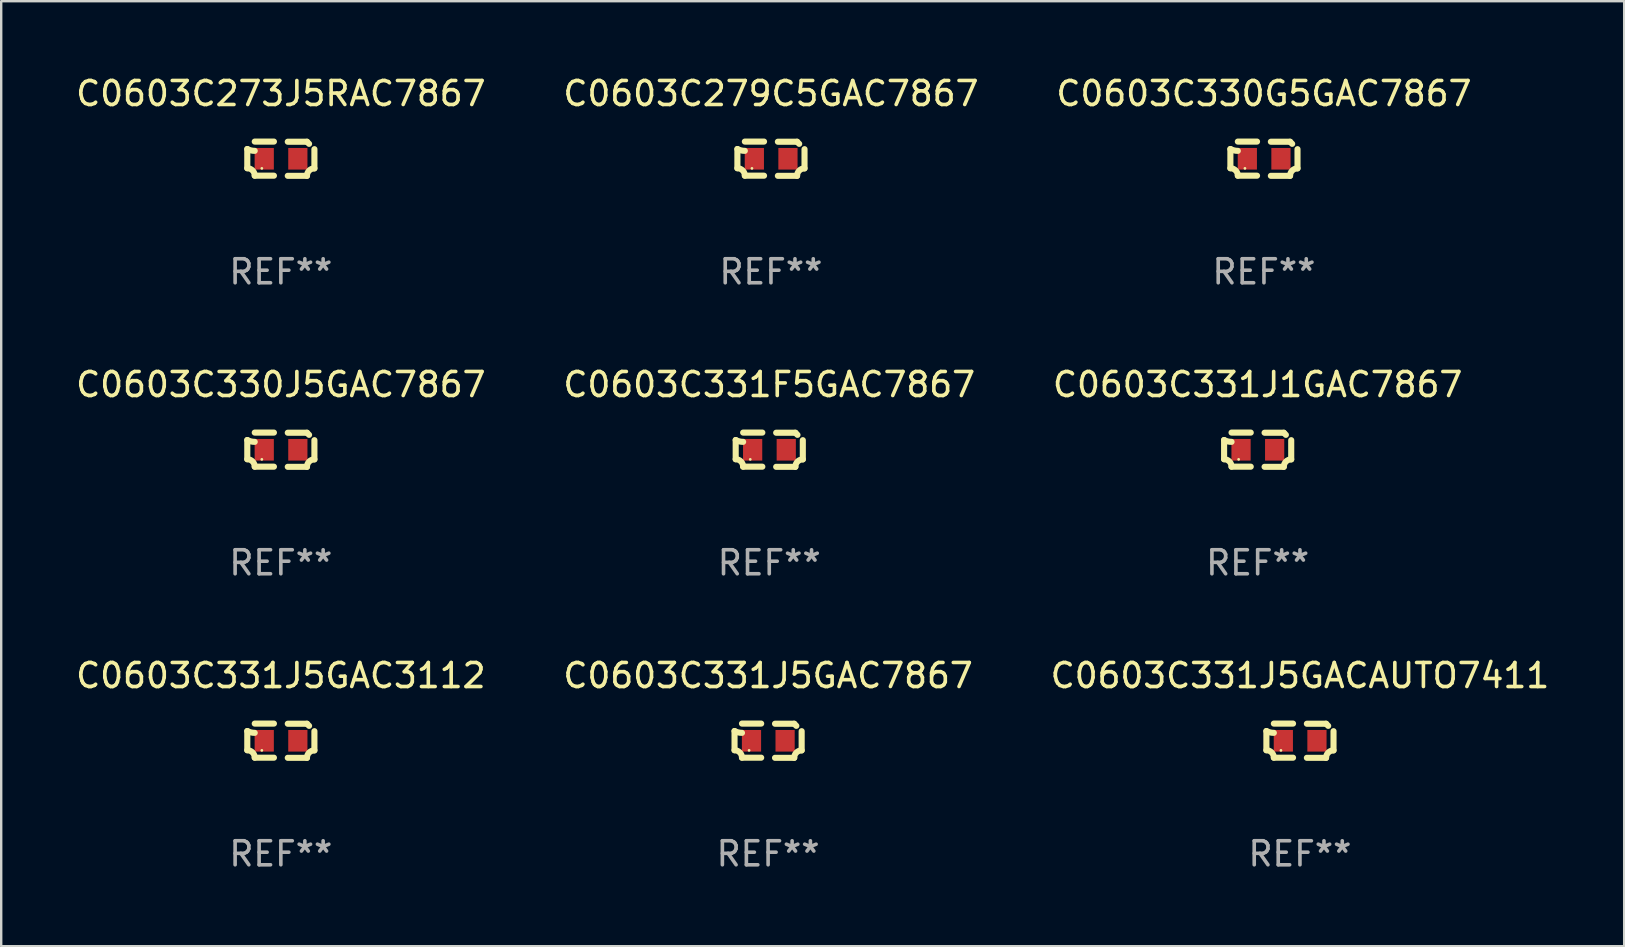
<source format=kicad_pcb>
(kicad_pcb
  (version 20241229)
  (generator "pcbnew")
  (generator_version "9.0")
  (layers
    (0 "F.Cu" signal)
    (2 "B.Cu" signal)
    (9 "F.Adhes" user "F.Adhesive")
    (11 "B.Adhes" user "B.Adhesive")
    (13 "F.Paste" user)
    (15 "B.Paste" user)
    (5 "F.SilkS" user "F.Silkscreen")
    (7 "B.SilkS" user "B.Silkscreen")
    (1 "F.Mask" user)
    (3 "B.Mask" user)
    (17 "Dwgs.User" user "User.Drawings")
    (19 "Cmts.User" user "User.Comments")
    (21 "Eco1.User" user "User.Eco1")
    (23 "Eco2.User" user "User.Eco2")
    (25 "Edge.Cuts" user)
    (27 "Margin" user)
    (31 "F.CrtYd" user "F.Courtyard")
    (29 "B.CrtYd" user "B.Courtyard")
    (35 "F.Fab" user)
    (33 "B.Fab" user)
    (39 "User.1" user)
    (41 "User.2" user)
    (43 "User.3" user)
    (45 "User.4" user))
  (footprint "C0603C273J5RAC7867"
    (layer "F.Cu")
    (at 8.649 3.561)
    (property "Reference" "C0603C273J5RAC7867" (at 0 -2.713 0) (layer "F.SilkS") (effects (font (size 1 1) (thickness 0.15))))
    (attr through_hole)
    (fp_line (start -1.398 -0.403) (end -1.398 0.397) (stroke (width 0.254) (type solid)) (layer "F.SilkS"))
    (fp_line (start -0.288 -0.713) (end -1.088 -0.713) (stroke (width 0.254) (type solid)) (layer "F.SilkS"))
    (fp_line (start -0.288 0.707) (end -1.088 0.707) (stroke (width 0.254) (type solid)) (layer "F.SilkS"))
    (fp_line (start 0.288 -0.707) (end 1.088 -0.707) (stroke (width 0.254) (type solid)) (layer "F.SilkS"))
    (fp_line (start 0.288 0.713) (end 1.088 0.713) (stroke (width 0.254) (type solid)) (layer "F.SilkS"))
    (fp_line (start 1.398 -0.397) (end 1.398 0.403) (stroke (width 0.254) (type solid)) (layer "F.SilkS"))
    (fp_arc (start -1.397789 0.397066) (mid -1.178701 0.487826) (end -1.08796 0.706922) (stroke (width 0.254001) (type solid)) (layer "F.SilkS"))
    (fp_arc (start -1.08796 -0.327176) (mid -1.247436 -0.346384) (end -1.39779 -0.402908) (stroke (width 0.254001) (type solid)) (layer "F.SilkS"))
    (fp_arc (start 1.087909 0.712738) (mid 1.178656 0.493655) (end 1.397739 0.402908) (stroke (width 0.254001) (type solid)) (layer "F.SilkS"))
    (fp_arc (start 1.175925 -0.618926) (mid 1.131917 -0.662923) (end 1.08791 -0.706922) (stroke (width 0.254001) (type solid)) (layer "F.SilkS"))
    (fp_circle (center -0.792 0.403) (end -0.762 0.403) (stroke (width 0.06) (type solid)) (fill no) (layer "F.SilkS"))
    (fp_text user "REF**" (at 0 4.713 0) (layer "F.Fab") (effects (font (size 1 1) (thickness 0.15))))
    (pad "1" smd rect (at -0.692 0.003) (size 0.8 0.9) (layers "F.Cu" "F.Mask" "F.Paste"))
    (pad "2" smd rect (at 0.708 0.003) (size 0.8 0.9) (layers "F.Cu" "F.Mask" "F.Paste")))
  (footprint "C0603C331F5GAC7867"
    (layer "F.Cu")
    (at 28.994 15.683)
    (property "Reference" "C0603C331F5GAC7867" (at 0 -2.713 0) (layer "F.SilkS") (effects (font (size 1 1) (thickness 0.15))))
    (attr through_hole)
    (fp_line (start -1.398 -0.403) (end -1.398 0.397) (stroke (width 0.254) (type solid)) (layer "F.SilkS"))
    (fp_line (start -0.288 -0.713) (end -1.088 -0.713) (stroke (width 0.254) (type solid)) (layer "F.SilkS"))
    (fp_line (start -0.288 0.707) (end -1.088 0.707) (stroke (width 0.254) (type solid)) (layer "F.SilkS"))
    (fp_line (start 0.288 -0.707) (end 1.088 -0.707) (stroke (width 0.254) (type solid)) (layer "F.SilkS"))
    (fp_line (start 0.288 0.713) (end 1.088 0.713) (stroke (width 0.254) (type solid)) (layer "F.SilkS"))
    (fp_line (start 1.398 -0.397) (end 1.398 0.403) (stroke (width 0.254) (type solid)) (layer "F.SilkS"))
    (fp_arc (start -1.397789 0.397066) (mid -1.178701 0.487826) (end -1.08796 0.706922) (stroke (width 0.254001) (type solid)) (layer "F.SilkS"))
    (fp_arc (start -1.08796 -0.327176) (mid -1.247436 -0.346384) (end -1.39779 -0.402908) (stroke (width 0.254001) (type solid)) (layer "F.SilkS"))
    (fp_arc (start 1.087909 0.712738) (mid 1.178656 0.493655) (end 1.397739 0.402908) (stroke (width 0.254001) (type solid)) (layer "F.SilkS"))
    (fp_arc (start 1.175925 -0.618926) (mid 1.131917 -0.662923) (end 1.08791 -0.706922) (stroke (width 0.254001) (type solid)) (layer "F.SilkS"))
    (fp_circle (center -0.792 0.403) (end -0.762 0.403) (stroke (width 0.06) (type solid)) (fill no) (layer "F.SilkS"))
    (fp_text user "REF**" (at 0 4.713 0) (layer "F.Fab") (effects (font (size 1 1) (thickness 0.15))))
    (pad "1" smd rect (at -0.692 0.003) (size 0.8 0.9) (layers "F.Cu" "F.Mask" "F.Paste"))
    (pad "2" smd rect (at 0.708 0.003) (size 0.8 0.9) (layers "F.Cu" "F.Mask" "F.Paste")))
  (footprint "C0603C330J5GAC7867"
    (layer "F.Cu")
    (at 8.649 15.683)
    (property "Reference" "C0603C330J5GAC7867" (at 0 -2.713 0) (layer "F.SilkS") (effects (font (size 1 1) (thickness 0.15))))
    (attr through_hole)
    (fp_line (start -1.398 -0.403) (end -1.398 0.397) (stroke (width 0.254) (type solid)) (layer "F.SilkS"))
    (fp_line (start -0.288 -0.713) (end -1.088 -0.713) (stroke (width 0.254) (type solid)) (layer "F.SilkS"))
    (fp_line (start -0.288 0.707) (end -1.088 0.707) (stroke (width 0.254) (type solid)) (layer "F.SilkS"))
    (fp_line (start 0.288 -0.707) (end 1.088 -0.707) (stroke (width 0.254) (type solid)) (layer "F.SilkS"))
    (fp_line (start 0.288 0.713) (end 1.088 0.713) (stroke (width 0.254) (type solid)) (layer "F.SilkS"))
    (fp_line (start 1.398 -0.397) (end 1.398 0.403) (stroke (width 0.254) (type solid)) (layer "F.SilkS"))
    (fp_arc (start -1.397789 0.397066) (mid -1.178701 0.487826) (end -1.08796 0.706922) (stroke (width 0.254001) (type solid)) (layer "F.SilkS"))
    (fp_arc (start -1.08796 -0.327176) (mid -1.247436 -0.346384) (end -1.39779 -0.402908) (stroke (width 0.254001) (type solid)) (layer "F.SilkS"))
    (fp_arc (start 1.087909 0.712738) (mid 1.178656 0.493655) (end 1.397739 0.402908) (stroke (width 0.254001) (type solid)) (layer "F.SilkS"))
    (fp_arc (start 1.175925 -0.618926) (mid 1.131917 -0.662923) (end 1.08791 -0.706922) (stroke (width 0.254001) (type solid)) (layer "F.SilkS"))
    (fp_circle (center -0.792 0.403) (end -0.762 0.403) (stroke (width 0.06) (type solid)) (fill no) (layer "F.SilkS"))
    (fp_text user "REF**" (at 0 4.713 0) (layer "F.Fab") (effects (font (size 1 1) (thickness 0.15))))
    (pad "1" smd rect (at -0.692 0.003) (size 0.8 0.9) (layers "F.Cu" "F.Mask" "F.Paste"))
    (pad "2" smd rect (at 0.708 0.003) (size 0.8 0.9) (layers "F.Cu" "F.Mask" "F.Paste")))
  (footprint "C0603C331J5GAC7867"
    (layer "F.Cu")
    (at 28.946 27.805)
    (property "Reference" "C0603C331J5GAC7867" (at 0 -2.713 0) (layer "F.SilkS") (effects (font (size 1 1) (thickness 0.15))))
    (attr through_hole)
    (fp_line (start -1.398 -0.403) (end -1.398 0.397) (stroke (width 0.254) (type solid)) (layer "F.SilkS"))
    (fp_line (start -0.288 -0.713) (end -1.088 -0.713) (stroke (width 0.254) (type solid)) (layer "F.SilkS"))
    (fp_line (start -0.288 0.707) (end -1.088 0.707) (stroke (width 0.254) (type solid)) (layer "F.SilkS"))
    (fp_line (start 0.288 -0.707) (end 1.088 -0.707) (stroke (width 0.254) (type solid)) (layer "F.SilkS"))
    (fp_line (start 0.288 0.713) (end 1.088 0.713) (stroke (width 0.254) (type solid)) (layer "F.SilkS"))
    (fp_line (start 1.398 -0.397) (end 1.398 0.403) (stroke (width 0.254) (type solid)) (layer "F.SilkS"))
    (fp_arc (start -1.397789 0.397066) (mid -1.178701 0.487826) (end -1.08796 0.706922) (stroke (width 0.254001) (type solid)) (layer "F.SilkS"))
    (fp_arc (start -1.08796 -0.327176) (mid -1.247436 -0.346384) (end -1.39779 -0.402908) (stroke (width 0.254001) (type solid)) (layer "F.SilkS"))
    (fp_arc (start 1.087909 0.712738) (mid 1.178656 0.493655) (end 1.397739 0.402908) (stroke (width 0.254001) (type solid)) (layer "F.SilkS"))
    (fp_arc (start 1.175925 -0.618926) (mid 1.131917 -0.662923) (end 1.08791 -0.706922) (stroke (width 0.254001) (type solid)) (layer "F.SilkS"))
    (fp_circle (center -0.792 0.403) (end -0.762 0.403) (stroke (width 0.06) (type solid)) (fill no) (layer "F.SilkS"))
    (fp_text user "REF**" (at 0 4.713 0) (layer "F.Fab") (effects (font (size 1 1) (thickness 0.15))))
    (pad "1" smd rect (at -0.692 0.003) (size 0.8 0.9) (layers "F.Cu" "F.Mask" "F.Paste"))
    (pad "2" smd rect (at 0.708 0.003) (size 0.8 0.9) (layers "F.Cu" "F.Mask" "F.Paste")))
  (footprint "C0603C331J5GAC3112"
    (layer "F.Cu")
    (at 8.649 27.805)
    (property "Reference" "C0603C331J5GAC3112" (at 0 -2.713 0) (layer "F.SilkS") (effects (font (size 1 1) (thickness 0.15))))
    (attr through_hole)
    (fp_line (start -1.398 -0.403) (end -1.398 0.397) (stroke (width 0.254) (type solid)) (layer "F.SilkS"))
    (fp_line (start -0.288 -0.713) (end -1.088 -0.713) (stroke (width 0.254) (type solid)) (layer "F.SilkS"))
    (fp_line (start -0.288 0.707) (end -1.088 0.707) (stroke (width 0.254) (type solid)) (layer "F.SilkS"))
    (fp_line (start 0.288 -0.707) (end 1.088 -0.707) (stroke (width 0.254) (type solid)) (layer "F.SilkS"))
    (fp_line (start 0.288 0.713) (end 1.088 0.713) (stroke (width 0.254) (type solid)) (layer "F.SilkS"))
    (fp_line (start 1.398 -0.397) (end 1.398 0.403) (stroke (width 0.254) (type solid)) (layer "F.SilkS"))
    (fp_arc (start -1.397789 0.397066) (mid -1.178701 0.487826) (end -1.08796 0.706922) (stroke (width 0.254001) (type solid)) (layer "F.SilkS"))
    (fp_arc (start -1.08796 -0.327176) (mid -1.247436 -0.346384) (end -1.39779 -0.402908) (stroke (width 0.254001) (type solid)) (layer "F.SilkS"))
    (fp_arc (start 1.087909 0.712738) (mid 1.178656 0.493655) (end 1.397739 0.402908) (stroke (width 0.254001) (type solid)) (layer "F.SilkS"))
    (fp_arc (start 1.175925 -0.618926) (mid 1.131917 -0.662923) (end 1.08791 -0.706922) (stroke (width 0.254001) (type solid)) (layer "F.SilkS"))
    (fp_circle (center -0.792 0.403) (end -0.762 0.403) (stroke (width 0.06) (type solid)) (fill no) (layer "F.SilkS"))
    (fp_text user "REF**" (at 0 4.713 0) (layer "F.Fab") (effects (font (size 1 1) (thickness 0.15))))
    (pad "1" smd rect (at -0.692 0.003) (size 0.8 0.9) (layers "F.Cu" "F.Mask" "F.Paste"))
    (pad "2" smd rect (at 0.708 0.003) (size 0.8 0.9) (layers "F.Cu" "F.Mask" "F.Paste")))
  (footprint "C0603C330G5GAC7867"
    (layer "F.Cu")
    (at 49.601 3.561)
    (property "Reference" "C0603C330G5GAC7867" (at 0 -2.713 0) (layer "F.SilkS") (effects (font (size 1 1) (thickness 0.15))))
    (attr through_hole)
    (fp_line (start -1.398 -0.403) (end -1.398 0.397) (stroke (width 0.254) (type solid)) (layer "F.SilkS"))
    (fp_line (start -0.288 -0.713) (end -1.088 -0.713) (stroke (width 0.254) (type solid)) (layer "F.SilkS"))
    (fp_line (start -0.288 0.707) (end -1.088 0.707) (stroke (width 0.254) (type solid)) (layer "F.SilkS"))
    (fp_line (start 0.288 -0.707) (end 1.088 -0.707) (stroke (width 0.254) (type solid)) (layer "F.SilkS"))
    (fp_line (start 0.288 0.713) (end 1.088 0.713) (stroke (width 0.254) (type solid)) (layer "F.SilkS"))
    (fp_line (start 1.398 -0.397) (end 1.398 0.403) (stroke (width 0.254) (type solid)) (layer "F.SilkS"))
    (fp_arc (start -1.397789 0.397066) (mid -1.178701 0.487826) (end -1.08796 0.706922) (stroke (width 0.254001) (type solid)) (layer "F.SilkS"))
    (fp_arc (start -1.08796 -0.327176) (mid -1.247436 -0.346384) (end -1.39779 -0.402908) (stroke (width 0.254001) (type solid)) (layer "F.SilkS"))
    (fp_arc (start 1.087909 0.712738) (mid 1.178656 0.493655) (end 1.397739 0.402908) (stroke (width 0.254001) (type solid)) (layer "F.SilkS"))
    (fp_arc (start 1.175925 -0.618926) (mid 1.131917 -0.662923) (end 1.08791 -0.706922) (stroke (width 0.254001) (type solid)) (layer "F.SilkS"))
    (fp_circle (center -0.792 0.403) (end -0.762 0.403) (stroke (width 0.06) (type solid)) (fill no) (layer "F.SilkS"))
    (fp_text user "REF**" (at 0 4.713 0) (layer "F.Fab") (effects (font (size 1 1) (thickness 0.15))))
    (pad "1" smd rect (at -0.692 0.003) (size 0.8 0.9) (layers "F.Cu" "F.Mask" "F.Paste"))
    (pad "2" smd rect (at 0.708 0.003) (size 0.8 0.9) (layers "F.Cu" "F.Mask" "F.Paste")))
  (footprint "C0603C331J5GACAUTO7411"
    (layer "F.Cu")
    (at 51.101 27.805)
    (property "Reference" "C0603C331J5GACAUTO7411" (at 0 -2.713 0) (layer "F.SilkS") (effects (font (size 1 1) (thickness 0.15))))
    (attr through_hole)
    (fp_line (start -1.398 -0.403) (end -1.398 0.397) (stroke (width 0.254) (type solid)) (layer "F.SilkS"))
    (fp_line (start -0.288 -0.713) (end -1.088 -0.713) (stroke (width 0.254) (type solid)) (layer "F.SilkS"))
    (fp_line (start -0.288 0.707) (end -1.088 0.707) (stroke (width 0.254) (type solid)) (layer "F.SilkS"))
    (fp_line (start 0.288 -0.707) (end 1.088 -0.707) (stroke (width 0.254) (type solid)) (layer "F.SilkS"))
    (fp_line (start 0.288 0.713) (end 1.088 0.713) (stroke (width 0.254) (type solid)) (layer "F.SilkS"))
    (fp_line (start 1.398 -0.397) (end 1.398 0.403) (stroke (width 0.254) (type solid)) (layer "F.SilkS"))
    (fp_arc (start -1.397789 0.397066) (mid -1.178701 0.487826) (end -1.08796 0.706922) (stroke (width 0.254001) (type solid)) (layer "F.SilkS"))
    (fp_arc (start -1.08796 -0.327176) (mid -1.247436 -0.346384) (end -1.39779 -0.402908) (stroke (width 0.254001) (type solid)) (layer "F.SilkS"))
    (fp_arc (start 1.087909 0.712738) (mid 1.178656 0.493655) (end 1.397739 0.402908) (stroke (width 0.254001) (type solid)) (layer "F.SilkS"))
    (fp_arc (start 1.175925 -0.618926) (mid 1.131917 -0.662923) (end 1.08791 -0.706922) (stroke (width 0.254001) (type solid)) (layer "F.SilkS"))
    (fp_circle (center -0.792 0.403) (end -0.762 0.403) (stroke (width 0.06) (type solid)) (fill no) (layer "F.SilkS"))
    (fp_text user "REF**" (at 0 4.713 0) (layer "F.Fab") (effects (font (size 1 1) (thickness 0.15))))
    (pad "1" smd rect (at -0.692 0.003) (size 0.8 0.9) (layers "F.Cu" "F.Mask" "F.Paste"))
    (pad "2" smd rect (at 0.708 0.003) (size 0.8 0.9) (layers "F.Cu" "F.Mask" "F.Paste")))
  (footprint "C0603C279C5GAC7867"
    (layer "F.Cu")
    (at 29.065 3.561)
    (property "Reference" "C0603C279C5GAC7867" (at 0 -2.713 0) (layer "F.SilkS") (effects (font (size 1 1) (thickness 0.15))))
    (attr through_hole)
    (fp_line (start -1.398 -0.403) (end -1.398 0.397) (stroke (width 0.254) (type solid)) (layer "F.SilkS"))
    (fp_line (start -0.288 -0.713) (end -1.088 -0.713) (stroke (width 0.254) (type solid)) (layer "F.SilkS"))
    (fp_line (start -0.288 0.707) (end -1.088 0.707) (stroke (width 0.254) (type solid)) (layer "F.SilkS"))
    (fp_line (start 0.288 -0.707) (end 1.088 -0.707) (stroke (width 0.254) (type solid)) (layer "F.SilkS"))
    (fp_line (start 0.288 0.713) (end 1.088 0.713) (stroke (width 0.254) (type solid)) (layer "F.SilkS"))
    (fp_line (start 1.398 -0.397) (end 1.398 0.403) (stroke (width 0.254) (type solid)) (layer "F.SilkS"))
    (fp_arc (start -1.397789 0.397066) (mid -1.178701 0.487826) (end -1.08796 0.706922) (stroke (width 0.254001) (type solid)) (layer "F.SilkS"))
    (fp_arc (start -1.08796 -0.327176) (mid -1.247436 -0.346384) (end -1.39779 -0.402908) (stroke (width 0.254001) (type solid)) (layer "F.SilkS"))
    (fp_arc (start 1.087909 0.712738) (mid 1.178656 0.493655) (end 1.397739 0.402908) (stroke (width 0.254001) (type solid)) (layer "F.SilkS"))
    (fp_arc (start 1.175925 -0.618926) (mid 1.131917 -0.662923) (end 1.08791 -0.706922) (stroke (width 0.254001) (type solid)) (layer "F.SilkS"))
    (fp_circle (center -0.792 0.403) (end -0.762 0.403) (stroke (width 0.06) (type solid)) (fill no) (layer "F.SilkS"))
    (fp_text user "REF**" (at 0 4.713 0) (layer "F.Fab") (effects (font (size 1 1) (thickness 0.15))))
    (pad "1" smd rect (at -0.692 0.003) (size 0.8 0.9) (layers "F.Cu" "F.Mask" "F.Paste"))
    (pad "2" smd rect (at 0.708 0.003) (size 0.8 0.9) (layers "F.Cu" "F.Mask" "F.Paste")))
  (footprint "C0603C331J1GAC7867"
    (layer "F.Cu")
    (at 49.339 15.683)
    (property "Reference" "C0603C331J1GAC7867" (at 0 -2.713 0) (layer "F.SilkS") (effects (font (size 1 1) (thickness 0.15))))
    (attr through_hole)
    (fp_line (start -1.398 -0.403) (end -1.398 0.397) (stroke (width 0.254) (type solid)) (layer "F.SilkS"))
    (fp_line (start -0.288 -0.713) (end -1.088 -0.713) (stroke (width 0.254) (type solid)) (layer "F.SilkS"))
    (fp_line (start -0.288 0.707) (end -1.088 0.707) (stroke (width 0.254) (type solid)) (layer "F.SilkS"))
    (fp_line (start 0.288 -0.707) (end 1.088 -0.707) (stroke (width 0.254) (type solid)) (layer "F.SilkS"))
    (fp_line (start 0.288 0.713) (end 1.088 0.713) (stroke (width 0.254) (type solid)) (layer "F.SilkS"))
    (fp_line (start 1.398 -0.397) (end 1.398 0.403) (stroke (width 0.254) (type solid)) (layer "F.SilkS"))
    (fp_arc (start -1.397789 0.397066) (mid -1.178701 0.487826) (end -1.08796 0.706922) (stroke (width 0.254001) (type solid)) (layer "F.SilkS"))
    (fp_arc (start -1.08796 -0.327176) (mid -1.247436 -0.346384) (end -1.39779 -0.402908) (stroke (width 0.254001) (type solid)) (layer "F.SilkS"))
    (fp_arc (start 1.087909 0.712738) (mid 1.178656 0.493655) (end 1.397739 0.402908) (stroke (width 0.254001) (type solid)) (layer "F.SilkS"))
    (fp_arc (start 1.175925 -0.618926) (mid 1.131917 -0.662923) (end 1.08791 -0.706922) (stroke (width 0.254001) (type solid)) (layer "F.SilkS"))
    (fp_circle (center -0.792 0.403) (end -0.762 0.403) (stroke (width 0.06) (type solid)) (fill no) (layer "F.SilkS"))
    (fp_text user "REF**" (at 0 4.713 0) (layer "F.Fab") (effects (font (size 1 1) (thickness 0.15))))
    (pad "1" smd rect (at -0.692 0.003) (size 0.8 0.9) (layers "F.Cu" "F.Mask" "F.Paste"))
    (pad "2" smd rect (at 0.708 0.003) (size 0.8 0.9) (layers "F.Cu" "F.Mask" "F.Paste")))
  (gr_rect
    (start -3 -3)
    (end 64.607 36.366)
    (stroke (width 0.1) (type default))
    (fill no)
    (layer "Edge.Cuts")))
</source>
